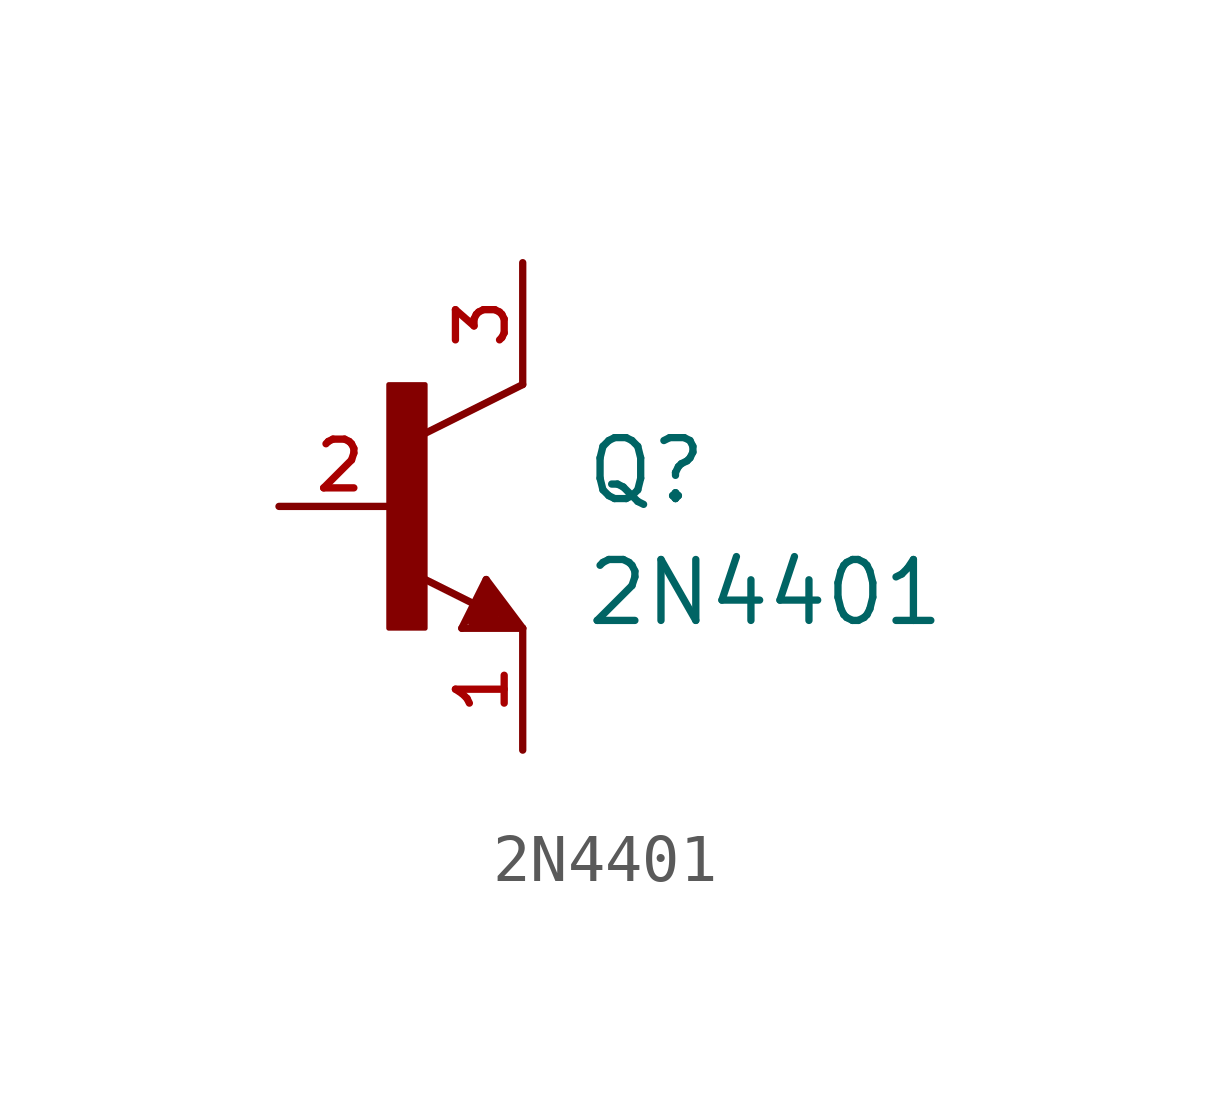
<source format=kicad_sym>
(kicad_symbol_lib
  (version 20211014)
  (generator kicad_symbol_editor)
  (symbol "2N4401"
    (pin_names
      (offset 1.016))
    (property "Reference" "Q"
      (at 3.81 0.0 0)
      (effects (font (size 1.27 1.27)) (justify bottom left)))
    (property "Value" "2N4401"
      (at 3.81 -2.54 0)
      (effects (font (size 1.27 1.27)) (justify bottom left)))
    (symbol "2N4401_0_0"
      (polyline (pts (xy 2.54 2.54) (xy 0.508 1.524)) (stroke (width 0.152)))
      (polyline (pts (xy 1.778 -1.524) (xy 2.54 -2.54)) (stroke (width 0.152)))
      (polyline (pts (xy 2.54 -2.54) (xy 1.27 -2.54)) (stroke (width 0.152)))
      (polyline (pts (xy 1.27 -2.54) (xy 1.778 -1.524)) (stroke (width 0.152)))
      (polyline (pts (xy 1.54 -2.04) (xy 0.308 -1.424)) (stroke (width 0.152)))
      (polyline (pts (xy 1.524 -2.413) (xy 2.286 -2.413)) (stroke (width 0.254)))
      (polyline (pts (xy 2.286 -2.413) (xy 1.778 -1.778)) (stroke (width 0.254)))
      (polyline (pts (xy 1.778 -1.778) (xy 1.524 -2.286)) (stroke (width 0.254)))
      (polyline (pts (xy 1.524 -2.286) (xy 1.905 -2.286)) (stroke (width 0.254)))
      (polyline (pts (xy 1.905 -2.286) (xy 1.778 -2.032)) (stroke (width 0.254)))
      (rectangle (start -0.254 -2.54) (end 0.508 2.54) (stroke (width 0.1)) (fill (type outline)))
      (pin passive line (at -2.54 0.0 0) (length 2.54) (name "~" (effects (font (size 1.016 1.016)))) (number "2" (effects (font (size 1.016 1.016)))))
      (pin passive line (at 2.54 -5.08 90.0) (length 2.54) (name "~" (effects (font (size 1.016 1.016)))) (number "1" (effects (font (size 1.016 1.016)))))
      (pin passive line (at 2.54 5.08 270.0) (length 2.54) (name "~" (effects (font (size 1.016 1.016)))) (number "3" (effects (font (size 1.016 1.016))))))))
</source>
